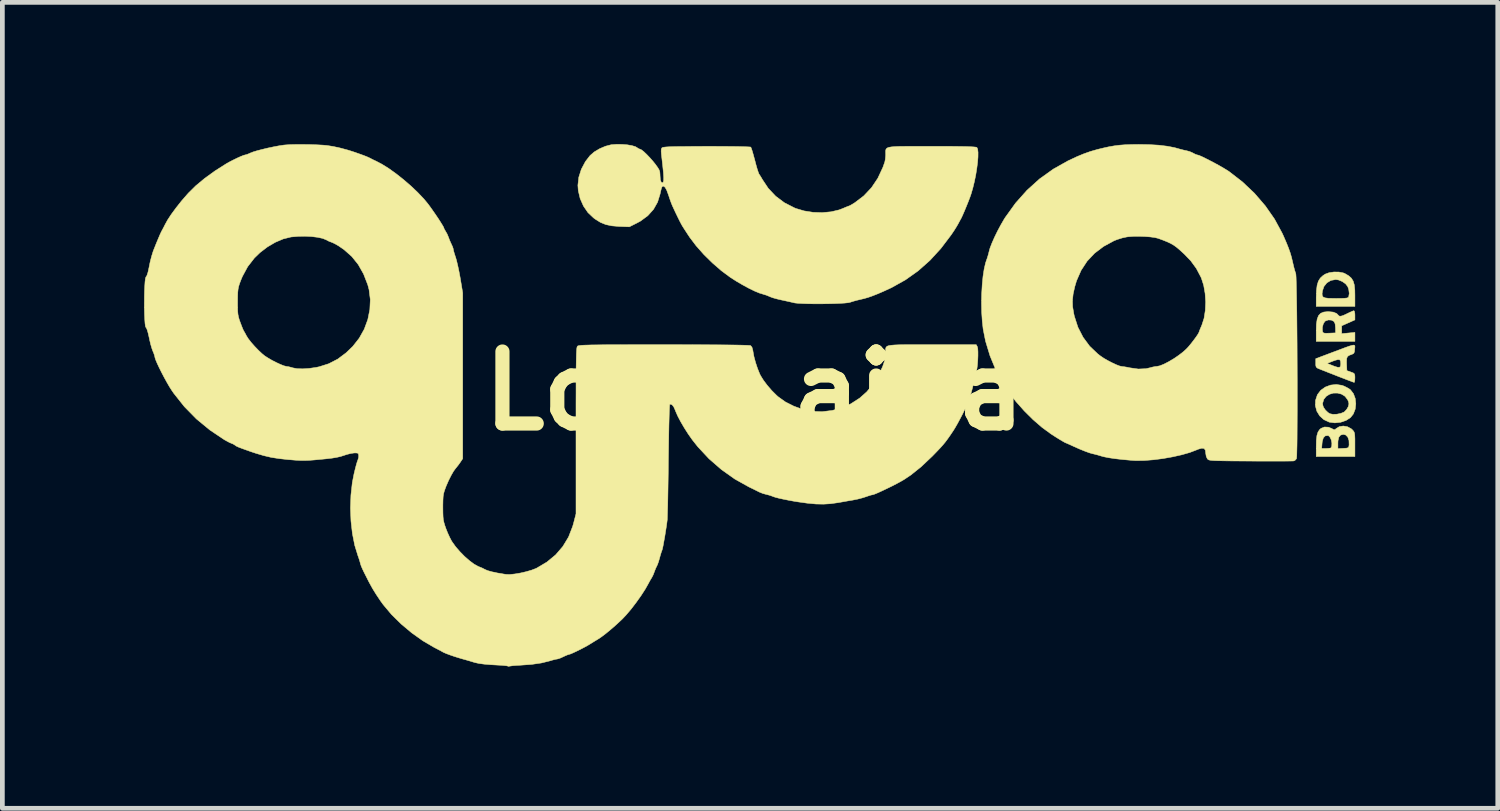
<source format=kicad_pcb>
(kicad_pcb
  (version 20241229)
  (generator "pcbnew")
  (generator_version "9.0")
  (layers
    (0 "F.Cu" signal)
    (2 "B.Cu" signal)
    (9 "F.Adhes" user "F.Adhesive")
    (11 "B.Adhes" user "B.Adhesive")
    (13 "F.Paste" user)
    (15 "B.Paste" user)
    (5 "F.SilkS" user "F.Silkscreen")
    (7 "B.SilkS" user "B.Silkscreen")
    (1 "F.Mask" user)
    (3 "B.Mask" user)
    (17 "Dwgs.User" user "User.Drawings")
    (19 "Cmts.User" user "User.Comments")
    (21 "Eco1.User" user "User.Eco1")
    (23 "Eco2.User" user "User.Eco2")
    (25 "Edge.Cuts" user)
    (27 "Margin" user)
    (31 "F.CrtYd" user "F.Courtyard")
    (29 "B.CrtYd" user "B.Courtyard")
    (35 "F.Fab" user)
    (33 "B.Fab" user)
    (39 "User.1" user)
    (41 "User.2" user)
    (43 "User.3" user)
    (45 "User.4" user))
  (footprint "Logo ajua"
    (layer "F.Cu")
    (at 12.919 5.225)
    (property "Reference" "Logo ajua" (at 0 0 0) (layer "F.SilkS") (effects (font (size 1.524 1.524) (thickness 0.3))))
    (attr through_hole)
    (fp_poly (pts (xy 12.37 -2.517) (xy 12.463 -2.499) (xy 12.496 -2.486) (xy 12.576 -2.439) (xy 12.634 -2.388) (xy 12.673 -2.326) (xy 12.697 -2.244) (xy 12.708 -2.136) (xy 12.71 -2.024) (xy 12.71 -1.789) (xy 11.891 -1.789) (xy 11.891 -1.978) (xy 11.894 -2.058) (xy 12.015 -2.058) (xy 12.019 -2.015) (xy 12.039 -1.987) (xy 12.081 -1.97) (xy 12.15 -1.961) (xy 12.252 -1.959) (xy 12.309 -1.958) (xy 12.417 -1.959) (xy 12.492 -1.962) (xy 12.539 -1.967) (xy 12.565 -1.976) (xy 12.577 -1.989) (xy 12.578 -1.99) (xy 12.59 -2.065) (xy 12.579 -2.151) (xy 12.558 -2.209) (xy 12.513 -2.267) (xy 12.442 -2.317) (xy 12.361 -2.35) (xy 12.303 -2.358) (xy 12.202 -2.34) (xy 12.116 -2.288) (xy 12.054 -2.21) (xy 12.023 -2.118) (xy 12.015 -2.058) (xy 11.894 -2.058) (xy 11.896 -2.124) (xy 11.91 -2.236) (xy 11.936 -2.322) (xy 11.977 -2.389) (xy 12.035 -2.442) (xy 12.082 -2.473) (xy 12.164 -2.503) (xy 12.265 -2.518) (xy 12.37 -2.517)) (stroke (width 0.01) (type solid)) (fill yes) (layer "F.SilkS"))
    (fp_poly (pts (xy 12.701 -1.681) (xy 12.709 -1.635) (xy 12.71 -1.601) (xy 12.71 -1.504) (xy 12.43 -1.379) (xy 12.43 -1.213) (xy 12.57 -1.226) (xy 12.71 -1.239) (xy 12.71 -1.049) (xy 11.891 -1.049) (xy 11.891 -1.275) (xy 11.891 -1.278) (xy 12.021 -1.278) (xy 12.025 -1.26) (xy 12.034 -1.237) (xy 12.055 -1.225) (xy 12.095 -1.221) (xy 12.166 -1.223) (xy 12.168 -1.223) (xy 12.3 -1.229) (xy 12.299 -1.334) (xy 12.291 -1.421) (xy 12.266 -1.472) (xy 12.265 -1.472) (xy 12.213 -1.499) (xy 12.148 -1.503) (xy 12.088 -1.482) (xy 12.073 -1.471) (xy 12.041 -1.421) (xy 12.022 -1.35) (xy 12.021 -1.278) (xy 11.891 -1.278) (xy 11.895 -1.415) (xy 11.911 -1.52) (xy 11.94 -1.595) (xy 11.985 -1.643) (xy 12.05 -1.67) (xy 12.136 -1.679) (xy 12.146 -1.679) (xy 12.251 -1.669) (xy 12.324 -1.639) (xy 12.356 -1.606) (xy 12.378 -1.585) (xy 12.411 -1.582) (xy 12.464 -1.598) (xy 12.543 -1.635) (xy 12.55 -1.639) (xy 12.614 -1.669) (xy 12.664 -1.691) (xy 12.689 -1.699) (xy 12.701 -1.681)) (stroke (width 0.01) (type solid)) (fill yes) (layer "F.SilkS"))
    (fp_poly (pts (xy 12.435 -0.119) (xy 12.481 -0.102) (xy 12.545 -0.07) (xy 12.598 -0.038) (xy 12.616 -0.024) (xy 12.679 0.058) (xy 12.717 0.16) (xy 12.729 0.273) (xy 12.716 0.385) (xy 12.677 0.487) (xy 12.617 0.563) (xy 12.523 0.624) (xy 12.408 0.663) (xy 12.286 0.676) (xy 12.17 0.661) (xy 12.163 0.659) (xy 12.052 0.607) (xy 11.965 0.528) (xy 11.904 0.429) (xy 11.874 0.317) (xy 11.874 0.287) (xy 12.026 0.287) (xy 12.044 0.344) (xy 12.086 0.405) (xy 12.142 0.458) (xy 12.18 0.482) (xy 12.245 0.495) (xy 12.329 0.492) (xy 12.412 0.475) (xy 12.48 0.447) (xy 12.486 0.443) (xy 12.534 0.393) (xy 12.569 0.333) (xy 12.57 0.329) (xy 12.583 0.275) (xy 12.575 0.229) (xy 12.556 0.186) (xy 12.5 0.113) (xy 12.426 0.067) (xy 12.341 0.045) (xy 12.254 0.046) (xy 12.172 0.07) (xy 12.102 0.114) (xy 12.051 0.178) (xy 12.027 0.259) (xy 12.026 0.287) (xy 11.874 0.287) (xy 11.876 0.2) (xy 11.914 0.085) (xy 11.917 0.078) (xy 11.987 -0.014) (xy 12.083 -0.082) (xy 12.195 -0.124) (xy 12.315 -0.137) (xy 12.435 -0.119)) (stroke (width 0.01) (type solid)) (fill yes) (layer "F.SilkS"))
    (fp_poly (pts (xy 12.7 -0.967) (xy 12.709 -0.953) (xy 12.71 -0.93) (xy 12.707 -0.898) (xy 12.706 -0.888) (xy 12.7 -0.829) (xy 12.686 -0.797) (xy 12.656 -0.779) (xy 12.64 -0.773) (xy 12.585 -0.752) (xy 12.552 -0.727) (xy 12.536 -0.687) (xy 12.533 -0.622) (xy 12.534 -0.571) (xy 12.54 -0.43) (xy 12.625 -0.4) (xy 12.676 -0.381) (xy 12.701 -0.359) (xy 12.709 -0.321) (xy 12.71 -0.275) (xy 12.707 -0.22) (xy 12.7 -0.186) (xy 12.695 -0.181) (xy 12.672 -0.188) (xy 12.619 -0.208) (xy 12.541 -0.237) (xy 12.446 -0.274) (xy 12.37 -0.303) (xy 12.259 -0.347) (xy 12.153 -0.388) (xy 12.063 -0.424) (xy 11.996 -0.45) (xy 11.971 -0.46) (xy 11.917 -0.483) (xy 11.89 -0.507) (xy 11.881 -0.544) (xy 11.881 -0.584) (xy 12.12 -0.584) (xy 12.18 -0.56) (xy 12.276 -0.522) (xy 12.34 -0.502) (xy 12.38 -0.499) (xy 12.401 -0.515) (xy 12.409 -0.548) (xy 12.41 -0.58) (xy 12.405 -0.633) (xy 12.388 -0.66) (xy 12.35 -0.664) (xy 12.287 -0.647) (xy 12.249 -0.633) (xy 12.12 -0.584) (xy 11.881 -0.584) (xy 11.881 -0.589) (xy 11.881 -0.683) (xy 12.25 -0.822) (xy 12.394 -0.876) (xy 12.505 -0.918) (xy 12.587 -0.947) (xy 12.644 -0.964) (xy 12.68 -0.971) (xy 12.7 -0.967)) (stroke (width 0.01) (type solid)) (fill yes) (layer "F.SilkS"))
    (fp_poly (pts (xy 12.551 0.757) (xy 12.63 0.799) (xy 12.653 0.819) (xy 12.676 0.844) (xy 12.692 0.868) (xy 12.702 0.898) (xy 12.707 0.944) (xy 12.71 1.013) (xy 12.71 1.112) (xy 12.71 1.133) (xy 12.71 1.389) (xy 11.891 1.389) (xy 11.891 1.219) (xy 12.006 1.219) (xy 12.106 1.219) (xy 12.167 1.217) (xy 12.198 1.208) (xy 12.214 1.186) (xy 12.22 1.163) (xy 12.222 1.103) (xy 12.35 1.103) (xy 12.35 1.221) (xy 12.465 1.215) (xy 12.53 1.211) (xy 12.565 1.202) (xy 12.58 1.183) (xy 12.586 1.148) (xy 12.587 1.141) (xy 12.584 1.048) (xy 12.559 0.977) (xy 12.515 0.932) (xy 12.465 0.919) (xy 12.407 0.934) (xy 12.37 0.978) (xy 12.352 1.056) (xy 12.35 1.103) (xy 12.222 1.103) (xy 12.222 1.101) (xy 12.209 1.035) (xy 12.183 0.98) (xy 12.151 0.947) (xy 12.14 0.944) (xy 12.082 0.951) (xy 12.042 0.992) (xy 12.019 1.069) (xy 12.015 1.106) (xy 12.006 1.219) (xy 11.891 1.219) (xy 11.891 1.173) (xy 11.894 1.041) (xy 11.906 0.942) (xy 11.929 0.869) (xy 11.963 0.818) (xy 11.993 0.792) (xy 12.066 0.763) (xy 12.15 0.767) (xy 12.219 0.795) (xy 12.261 0.818) (xy 12.286 0.819) (xy 12.312 0.798) (xy 12.314 0.796) (xy 12.381 0.755) (xy 12.464 0.742) (xy 12.551 0.757)) (stroke (width 0.01) (type solid)) (fill yes) (layer "F.SilkS"))
    (fp_poly (pts (xy -2.804 -5.219) (xy -2.692 -5.21) (xy -2.594 -5.193) (xy -2.52 -5.171) (xy -2.494 -5.156) (xy -2.451 -5.128) (xy -2.419 -5.116) (xy -2.418 -5.116) (xy -2.389 -5.102) (xy -2.34 -5.063) (xy -2.28 -5.006) (xy -2.214 -4.937) (xy -2.149 -4.863) (xy -2.096 -4.797) (xy -2.047 -4.729) (xy -2.017 -4.679) (xy -2.003 -4.635) (xy -1.999 -4.582) (xy -1.998 -4.555) (xy -1.992 -4.469) (xy -1.974 -4.422) (xy -1.969 -4.417) (xy -1.946 -4.406) (xy -1.931 -4.418) (xy -1.922 -4.456) (xy -1.921 -4.522) (xy -1.927 -4.62) (xy -1.94 -4.752) (xy -1.958 -4.913) (xy -1.969 -5.009) (xy -1.974 -5.073) (xy -1.972 -5.113) (xy -1.963 -5.138) (xy -1.956 -5.147) (xy -1.943 -5.154) (xy -1.917 -5.159) (xy -1.874 -5.164) (xy -1.811 -5.168) (xy -1.726 -5.171) (xy -1.614 -5.173) (xy -1.473 -5.174) (xy -1.299 -5.176) (xy -1.09 -5.177) (xy -1.012 -5.177) (xy -0.819 -5.177) (xy -0.641 -5.176) (xy -0.48 -5.175) (xy -0.341 -5.173) (xy -0.227 -5.17) (xy -0.143 -5.167) (xy -0.091 -5.164) (xy -0.077 -5.161) (xy -0.066 -5.136) (xy -0.047 -5.08) (xy -0.024 -5) (xy 0.002 -4.905) (xy 0.009 -4.879) (xy 0.035 -4.78) (xy 0.06 -4.693) (xy 0.082 -4.627) (xy 0.097 -4.59) (xy 0.1 -4.587) (xy 0.123 -4.552) (xy 0.155 -4.499) (xy 0.166 -4.479) (xy 0.293 -4.288) (xy 0.45 -4.122) (xy 0.634 -3.984) (xy 0.843 -3.877) (xy 0.876 -3.863) (xy 1.051 -3.811) (xy 1.241 -3.781) (xy 1.434 -3.775) (xy 1.621 -3.792) (xy 1.791 -3.832) (xy 1.862 -3.859) (xy 1.928 -3.887) (xy 1.98 -3.908) (xy 2.006 -3.917) (xy 2.006 -3.917) (xy 2.028 -3.927) (xy 2.073 -3.953) (xy 2.125 -3.985) (xy 2.315 -4.13) (xy 2.478 -4.303) (xy 2.612 -4.503) (xy 2.719 -4.733) (xy 2.759 -4.846) (xy 2.77 -4.903) (xy 2.777 -4.976) (xy 2.778 -5.007) (xy 2.777 -5.046) (xy 2.777 -5.079) (xy 2.781 -5.106) (xy 2.792 -5.127) (xy 2.813 -5.144) (xy 2.848 -5.157) (xy 2.901 -5.166) (xy 2.973 -5.172) (xy 3.069 -5.176) (xy 3.192 -5.177) (xy 3.346 -5.178) (xy 3.532 -5.178) (xy 3.754 -5.178) (xy 3.99 -5.178) (xy 4.187 -5.177) (xy 4.35 -5.175) (xy 4.479 -5.173) (xy 4.577 -5.169) (xy 4.646 -5.165) (xy 4.689 -5.16) (xy 4.708 -5.155) (xy 4.725 -5.118) (xy 4.733 -5.048) (xy 4.732 -4.952) (xy 4.723 -4.837) (xy 4.706 -4.707) (xy 4.684 -4.569) (xy 4.655 -4.429) (xy 4.622 -4.294) (xy 4.586 -4.17) (xy 4.564 -4.107) (xy 4.526 -4.007) (xy 4.484 -3.903) (xy 4.443 -3.804) (xy 4.407 -3.721) (xy 4.379 -3.661) (xy 4.371 -3.647) (xy 4.348 -3.605) (xy 4.317 -3.547) (xy 4.305 -3.525) (xy 4.272 -3.469) (xy 4.225 -3.394) (xy 4.173 -3.317) (xy 4.165 -3.305) (xy 3.947 -3.017) (xy 3.715 -2.764) (xy 3.467 -2.544) (xy 3.197 -2.352) (xy 2.902 -2.187) (xy 2.726 -2.106) (xy 2.597 -2.051) (xy 2.493 -2.01) (xy 2.404 -1.979) (xy 2.32 -1.955) (xy 2.248 -1.938) (xy 2.164 -1.918) (xy 2.088 -1.897) (xy 2.035 -1.88) (xy 2.028 -1.877) (xy 1.986 -1.868) (xy 1.91 -1.86) (xy 1.808 -1.854) (xy 1.687 -1.849) (xy 1.552 -1.846) (xy 1.412 -1.844) (xy 1.272 -1.844) (xy 1.14 -1.846) (xy 1.023 -1.85) (xy 0.926 -1.855) (xy 0.857 -1.862) (xy 0.839 -1.866) (xy 0.766 -1.883) (xy 0.671 -1.904) (xy 0.575 -1.925) (xy 0.56 -1.928) (xy 0.472 -1.949) (xy 0.39 -1.972) (xy 0.33 -1.994) (xy 0.32 -1.999) (xy 0.252 -2.027) (xy 0.183 -2.048) (xy 0.18 -2.049) (xy 0.102 -2.073) (xy -0.001 -2.116) (xy -0.121 -2.175) (xy -0.25 -2.245) (xy -0.382 -2.322) (xy -0.508 -2.403) (xy -0.51 -2.404) (xy -0.699 -2.544) (xy -0.888 -2.708) (xy -1.069 -2.886) (xy -1.232 -3.07) (xy -1.37 -3.252) (xy -1.4 -3.297) (xy -1.446 -3.368) (xy -1.487 -3.431) (xy -1.515 -3.475) (xy -1.517 -3.477) (xy -1.542 -3.52) (xy -1.579 -3.59) (xy -1.623 -3.679) (xy -1.671 -3.778) (xy -1.717 -3.877) (xy -1.74 -3.927) (xy -1.764 -3.987) (xy -1.793 -4.068) (xy -1.821 -4.153) (xy -1.822 -4.155) (xy -1.856 -4.247) (xy -1.89 -4.308) (xy -1.923 -4.336) (xy -1.951 -4.327) (xy -1.957 -4.319) (xy -1.97 -4.285) (xy -1.985 -4.226) (xy -1.997 -4.169) (xy -2.05 -3.997) (xy -2.137 -3.843) (xy -2.258 -3.709) (xy -2.411 -3.596) (xy -2.485 -3.556) (xy -2.648 -3.474) (xy -2.868 -3.482) (xy -3.02 -3.495) (xy -3.147 -3.522) (xy -3.26 -3.568) (xy -3.372 -3.638) (xy -3.404 -3.662) (xy -3.523 -3.774) (xy -3.619 -3.914) (xy -3.689 -4.072) (xy -3.729 -4.24) (xy -3.737 -4.353) (xy -3.718 -4.523) (xy -3.664 -4.693) (xy -3.578 -4.855) (xy -3.479 -4.983) (xy -3.391 -5.059) (xy -3.277 -5.127) (xy -3.153 -5.18) (xy -3.034 -5.211) (xy -3.027 -5.212) (xy -2.919 -5.22) (xy -2.804 -5.219)) (stroke (width 0.01) (type solid)) (fill yes) (layer "F.SilkS"))
    (fp_poly (pts (xy 8.355 -5.214) (xy 8.559 -5.202) (xy 8.739 -5.18) (xy 8.889 -5.151) (xy 8.933 -5.139) (xy 9.014 -5.116) (xy 9.093 -5.096) (xy 9.143 -5.086) (xy 9.213 -5.067) (xy 9.279 -5.038) (xy 9.285 -5.034) (xy 9.334 -5.009) (xy 9.372 -4.996) (xy 9.375 -4.996) (xy 9.408 -4.987) (xy 9.469 -4.961) (xy 9.549 -4.922) (xy 9.643 -4.874) (xy 9.744 -4.821) (xy 9.843 -4.767) (xy 9.934 -4.714) (xy 10.01 -4.668) (xy 10.045 -4.645) (xy 10.328 -4.426) (xy 10.585 -4.183) (xy 10.813 -3.918) (xy 11.009 -3.637) (xy 11.169 -3.342) (xy 11.199 -3.277) (xy 11.26 -3.136) (xy 11.306 -3.021) (xy 11.341 -2.922) (xy 11.368 -2.829) (xy 11.391 -2.732) (xy 11.394 -2.719) (xy 11.414 -2.633) (xy 11.434 -2.557) (xy 11.451 -2.504) (xy 11.457 -2.489) (xy 11.461 -2.463) (xy 11.465 -2.4) (xy 11.468 -2.304) (xy 11.471 -2.178) (xy 11.474 -2.026) (xy 11.477 -1.85) (xy 11.48 -1.654) (xy 11.482 -1.442) (xy 11.484 -1.218) (xy 11.486 -0.983) (xy 11.487 -0.742) (xy 11.488 -0.498) (xy 11.489 -0.254) (xy 11.489 -0.015) (xy 11.489 0.218) (xy 11.489 0.44) (xy 11.488 0.649) (xy 11.487 0.84) (xy 11.486 1.01) (xy 11.484 1.157) (xy 11.481 1.276) (xy 11.479 1.365) (xy 11.475 1.419) (xy 11.472 1.436) (xy 11.44 1.471) (xy 11.417 1.481) (xy 11.39 1.483) (xy 11.327 1.484) (xy 11.233 1.485) (xy 11.112 1.485) (xy 10.967 1.485) (xy 10.804 1.485) (xy 10.627 1.485) (xy 10.502 1.484) (xy 10.291 1.483) (xy 10.117 1.482) (xy 9.976 1.48) (xy 9.864 1.478) (xy 9.778 1.476) (xy 9.713 1.473) (xy 9.666 1.469) (xy 9.634 1.464) (xy 9.614 1.458) (xy 9.6 1.45) (xy 9.591 1.44) (xy 9.587 1.437) (xy 9.563 1.386) (xy 9.552 1.32) (xy 9.552 1.317) (xy 9.544 1.253) (xy 9.517 1.218) (xy 9.467 1.212) (xy 9.391 1.234) (xy 9.356 1.249) (xy 9.214 1.303) (xy 9.042 1.352) (xy 8.85 1.395) (xy 8.648 1.431) (xy 8.446 1.457) (xy 8.253 1.472) (xy 8.079 1.475) (xy 7.997 1.47) (xy 7.794 1.452) (xy 7.628 1.433) (xy 7.495 1.413) (xy 7.391 1.392) (xy 7.344 1.379) (xy 7.267 1.356) (xy 7.194 1.337) (xy 7.154 1.328) (xy 7.091 1.31) (xy 7 1.277) (xy 6.888 1.232) (xy 6.764 1.177) (xy 6.701 1.148) (xy 6.643 1.122) (xy 6.602 1.104) (xy 6.588 1.099) (xy 6.567 1.089) (xy 6.52 1.062) (xy 6.456 1.024) (xy 6.382 0.978) (xy 6.306 0.929) (xy 6.275 0.909) (xy 6.089 0.773) (xy 5.898 0.608) (xy 5.711 0.422) (xy 5.535 0.224) (xy 5.38 0.023) (xy 5.266 -0.15) (xy 5.111 -0.44) (xy 4.986 -0.744) (xy 4.892 -1.053) (xy 4.841 -1.309) (xy 4.822 -1.479) (xy 4.81 -1.665) (xy 4.806 -1.86) (xy 4.807 -1.916) (xy 6.731 -1.916) (xy 6.735 -1.783) (xy 6.759 -1.639) (xy 6.771 -1.583) (xy 6.847 -1.348) (xy 6.956 -1.136) (xy 7.096 -0.947) (xy 7.269 -0.782) (xy 7.323 -0.741) (xy 7.395 -0.692) (xy 7.482 -0.642) (xy 7.573 -0.595) (xy 7.659 -0.555) (xy 7.73 -0.528) (xy 7.776 -0.518) (xy 7.821 -0.513) (xy 7.888 -0.502) (xy 7.944 -0.49) (xy 8.125 -0.464) (xy 8.286 -0.471) (xy 8.365 -0.489) (xy 8.433 -0.507) (xy 8.493 -0.518) (xy 8.514 -0.519) (xy 8.579 -0.532) (xy 8.667 -0.567) (xy 8.768 -0.619) (xy 8.876 -0.683) (xy 8.983 -0.756) (xy 9.081 -0.832) (xy 9.14 -0.886) (xy 9.187 -0.936) (xy 9.241 -1.001) (xy 9.296 -1.072) (xy 9.347 -1.141) (xy 9.387 -1.2) (xy 9.409 -1.241) (xy 9.413 -1.252) (xy 9.42 -1.274) (xy 9.44 -1.323) (xy 9.468 -1.388) (xy 9.471 -1.396) (xy 9.517 -1.538) (xy 9.543 -1.704) (xy 9.551 -1.883) (xy 9.539 -2.064) (xy 9.509 -2.236) (xy 9.46 -2.388) (xy 9.451 -2.408) (xy 9.354 -2.592) (xy 9.236 -2.754) (xy 9.097 -2.898) (xy 9.011 -2.977) (xy 8.941 -3.037) (xy 8.878 -3.083) (xy 8.813 -3.121) (xy 8.736 -3.157) (xy 8.638 -3.196) (xy 8.545 -3.23) (xy 8.477 -3.247) (xy 8.38 -3.26) (xy 8.265 -3.269) (xy 8.143 -3.273) (xy 8.024 -3.272) (xy 7.921 -3.265) (xy 7.882 -3.26) (xy 7.785 -3.239) (xy 7.68 -3.206) (xy 7.611 -3.179) (xy 7.39 -3.059) (xy 7.2 -2.915) (xy 7.041 -2.746) (xy 6.914 -2.552) (xy 6.818 -2.333) (xy 6.781 -2.21) (xy 6.746 -2.053) (xy 6.731 -1.916) (xy 4.807 -1.916) (xy 4.81 -2.056) (xy 4.821 -2.247) (xy 4.838 -2.423) (xy 4.862 -2.579) (xy 4.891 -2.705) (xy 4.905 -2.748) (xy 4.932 -2.825) (xy 4.954 -2.9) (xy 4.964 -2.942) (xy 4.986 -3.023) (xy 5.027 -3.129) (xy 5.081 -3.252) (xy 5.145 -3.383) (xy 5.215 -3.514) (xy 5.286 -3.637) (xy 5.309 -3.673) (xy 5.527 -3.976) (xy 5.769 -4.248) (xy 6.035 -4.488) (xy 6.326 -4.696) (xy 6.639 -4.872) (xy 6.655 -4.879) (xy 6.823 -4.958) (xy 6.97 -5.019) (xy 7.111 -5.069) (xy 7.257 -5.111) (xy 7.384 -5.142) (xy 7.507 -5.169) (xy 7.617 -5.188) (xy 7.726 -5.202) (xy 7.844 -5.211) (xy 7.982 -5.216) (xy 8.134 -5.218) (xy 8.355 -5.214)) (stroke (width 0.01) (type solid)) (fill yes) (layer "F.SilkS"))
    (fp_poly (pts (xy -9.403 -5.215) (xy -9.258 -5.21) (xy -9.131 -5.203) (xy -9.052 -5.196) (xy -8.918 -5.175) (xy -8.763 -5.141) (xy -8.603 -5.098) (xy -8.493 -5.063) (xy -8.366 -5.019) (xy -8.272 -4.985) (xy -8.203 -4.958) (xy -8.155 -4.936) (xy -8.138 -4.928) (xy -8.081 -4.898) (xy -8.017 -4.868) (xy -8.014 -4.867) (xy -7.886 -4.8) (xy -7.74 -4.709) (xy -7.584 -4.597) (xy -7.425 -4.471) (xy -7.27 -4.337) (xy -7.126 -4.2) (xy -6.999 -4.066) (xy -6.918 -3.969) (xy -6.867 -3.901) (xy -6.81 -3.82) (xy -6.75 -3.734) (xy -6.692 -3.648) (xy -6.642 -3.57) (xy -6.603 -3.507) (xy -6.579 -3.465) (xy -6.575 -3.452) (xy -6.564 -3.424) (xy -6.539 -3.382) (xy -6.538 -3.38) (xy -6.505 -3.323) (xy -6.478 -3.258) (xy -6.477 -3.256) (xy -6.452 -3.189) (xy -6.42 -3.118) (xy -6.415 -3.107) (xy -6.39 -3.053) (xy -6.376 -3.01) (xy -6.375 -3.002) (xy -6.369 -2.97) (xy -6.353 -2.913) (xy -6.33 -2.841) (xy -6.326 -2.831) (xy -6.305 -2.759) (xy -6.281 -2.658) (xy -6.256 -2.542) (xy -6.233 -2.42) (xy -6.226 -2.381) (xy -6.175 -2.075) (xy -6.175 1.433) (xy -6.227 1.511) (xy -6.27 1.571) (xy -6.314 1.626) (xy -6.325 1.639) (xy -6.369 1.699) (xy -6.42 1.788) (xy -6.474 1.895) (xy -6.525 2.012) (xy -6.544 2.062) (xy -6.565 2.122) (xy -6.58 2.177) (xy -6.589 2.237) (xy -6.593 2.313) (xy -6.595 2.414) (xy -6.595 2.464) (xy -6.594 2.577) (xy -6.591 2.66) (xy -6.585 2.726) (xy -6.572 2.784) (xy -6.553 2.848) (xy -6.531 2.911) (xy -6.494 3.004) (xy -6.451 3.098) (xy -6.411 3.175) (xy -6.4 3.192) (xy -6.326 3.296) (xy -6.235 3.401) (xy -6.135 3.503) (xy -6.032 3.593) (xy -5.934 3.666) (xy -5.847 3.714) (xy -5.815 3.727) (xy -5.763 3.748) (xy -5.705 3.778) (xy -5.703 3.779) (xy -5.647 3.803) (xy -5.557 3.828) (xy -5.441 3.853) (xy -5.305 3.876) (xy -5.256 3.883) (xy -5.177 3.885) (xy -5.073 3.874) (xy -4.954 3.854) (xy -4.832 3.826) (xy -4.718 3.793) (xy -4.624 3.757) (xy -4.606 3.748) (xy -4.392 3.621) (xy -4.208 3.469) (xy -4.056 3.292) (xy -3.935 3.092) (xy -3.848 2.868) (xy -3.829 2.802) (xy -3.777 2.601) (xy -3.777 0.842) (xy -3.777 0.534) (xy -3.777 0.264) (xy -3.776 0.029) (xy -3.776 -0.174) (xy -3.775 -0.346) (xy -3.774 -0.491) (xy -3.772 -0.611) (xy -3.77 -0.707) (xy -3.768 -0.783) (xy -3.765 -0.842) (xy -3.762 -0.885) (xy -3.758 -0.915) (xy -3.753 -0.934) (xy -3.748 -0.945) (xy -3.746 -0.948) (xy -3.737 -0.953) (xy -3.721 -0.958) (xy -3.696 -0.962) (xy -3.659 -0.966) (xy -3.608 -0.969) (xy -3.54 -0.971) (xy -3.452 -0.974) (xy -3.343 -0.975) (xy -3.21 -0.977) (xy -3.051 -0.978) (xy -2.862 -0.978) (xy -2.642 -0.979) (xy -2.389 -0.979) (xy -2.099 -0.979) (xy -1.916 -0.979) (xy -1.583 -0.979) (xy -1.281 -0.978) (xy -1.01 -0.977) (xy -0.771 -0.976) (xy -0.566 -0.974) (xy -0.395 -0.972) (xy -0.26 -0.969) (xy -0.162 -0.966) (xy -0.101 -0.963) (xy -0.081 -0.96) (xy -0.052 -0.925) (xy -0.033 -0.856) (xy -0.03 -0.835) (xy -0.01 -0.726) (xy 0.024 -0.6) (xy 0.066 -0.474) (xy 0.111 -0.362) (xy 0.13 -0.324) (xy 0.19 -0.227) (xy 0.272 -0.118) (xy 0.366 -0.009) (xy 0.463 0.088) (xy 0.502 0.123) (xy 0.656 0.233) (xy 0.835 0.323) (xy 1.024 0.391) (xy 1.222 0.432) (xy 1.432 0.439) (xy 1.645 0.413) (xy 1.852 0.357) (xy 2.045 0.27) (xy 2.048 0.267) (xy 2.227 0.152) (xy 2.378 0.018) (xy 2.508 -0.139) (xy 2.623 -0.327) (xy 2.651 -0.38) (xy 2.714 -0.518) (xy 2.754 -0.636) (xy 2.774 -0.746) (xy 2.777 -0.816) (xy 2.777 -0.853) (xy 2.776 -0.884) (xy 2.78 -0.91) (xy 2.79 -0.93) (xy 2.81 -0.947) (xy 2.844 -0.959) (xy 2.895 -0.967) (xy 2.965 -0.973) (xy 3.059 -0.977) (xy 3.18 -0.979) (xy 3.33 -0.979) (xy 3.513 -0.979) (xy 3.733 -0.979) (xy 3.757 -0.979) (xy 4.695 -0.979) (xy 4.718 -0.936) (xy 4.727 -0.897) (xy 4.731 -0.829) (xy 4.731 -0.742) (xy 4.727 -0.647) (xy 4.72 -0.553) (xy 4.71 -0.472) (xy 4.697 -0.414) (xy 4.694 -0.404) (xy 4.682 -0.363) (xy 4.665 -0.293) (xy 4.647 -0.208) (xy 4.637 -0.161) (xy 4.616 -0.066) (xy 4.591 0.025) (xy 4.568 0.098) (xy 4.559 0.12) (xy 4.534 0.179) (xy 4.519 0.226) (xy 4.517 0.24) (xy 4.507 0.271) (xy 4.482 0.33) (xy 4.445 0.408) (xy 4.4 0.499) (xy 4.35 0.594) (xy 4.3 0.687) (xy 4.253 0.769) (xy 4.214 0.833) (xy 4.21 0.839) (xy 4.145 0.936) (xy 4.091 1.013) (xy 4.042 1.079) (xy 3.991 1.141) (xy 3.932 1.207) (xy 3.858 1.285) (xy 3.764 1.382) (xy 3.75 1.395) (xy 3.527 1.606) (xy 3.311 1.779) (xy 3.166 1.876) (xy 3.095 1.917) (xy 3.006 1.965) (xy 2.907 2.016) (xy 2.804 2.066) (xy 2.705 2.113) (xy 2.618 2.153) (xy 2.549 2.182) (xy 2.505 2.197) (xy 2.496 2.198) (xy 2.463 2.205) (xy 2.407 2.223) (xy 2.358 2.24) (xy 2.282 2.264) (xy 2.187 2.289) (xy 2.092 2.308) (xy 2.089 2.309) (xy 1.986 2.326) (xy 1.869 2.347) (xy 1.762 2.366) (xy 1.759 2.366) (xy 1.611 2.387) (xy 1.462 2.396) (xy 1.301 2.393) (xy 1.121 2.376) (xy 0.914 2.347) (xy 0.852 2.337) (xy 0.73 2.315) (xy 0.616 2.292) (xy 0.519 2.271) (xy 0.446 2.252) (xy 0.409 2.24) (xy 0.337 2.213) (xy 0.262 2.192) (xy 0.25 2.19) (xy 0.177 2.17) (xy 0.105 2.141) (xy 0.101 2.139) (xy 0.049 2.113) (xy -0.025 2.076) (xy -0.106 2.037) (xy -0.12 2.03) (xy -0.417 1.864) (xy -0.7 1.663) (xy -0.963 1.434) (xy -1.199 1.181) (xy -1.313 1.037) (xy -1.4 0.914) (xy -1.484 0.782) (xy -1.561 0.651) (xy -1.625 0.529) (xy -1.67 0.426) (xy -1.679 0.402) (xy -1.708 0.337) (xy -1.742 0.294) (xy -1.775 0.279) (xy -1.793 0.287) (xy -1.796 0.309) (xy -1.799 0.368) (xy -1.803 0.46) (xy -1.806 0.581) (xy -1.81 0.727) (xy -1.813 0.896) (xy -1.816 1.084) (xy -1.819 1.286) (xy -1.822 1.475) (xy -1.824 1.692) (xy -1.827 1.898) (xy -1.83 2.091) (xy -1.833 2.267) (xy -1.836 2.422) (xy -1.84 2.551) (xy -1.843 2.652) (xy -1.845 2.72) (xy -1.848 2.748) (xy -1.862 2.854) (xy -1.88 2.968) (xy -1.898 3.081) (xy -1.917 3.186) (xy -1.933 3.275) (xy -1.947 3.341) (xy -1.957 3.375) (xy -1.958 3.376) (xy -1.971 3.411) (xy -1.99 3.472) (xy -2.008 3.538) (xy -2.029 3.611) (xy -2.051 3.673) (xy -2.067 3.707) (xy -2.089 3.752) (xy -2.113 3.813) (xy -2.118 3.827) (xy -2.143 3.892) (xy -2.172 3.949) (xy -2.177 3.957) (xy -2.209 4.01) (xy -2.242 4.071) (xy -2.245 4.077) (xy -2.312 4.196) (xy -2.4 4.332) (xy -2.501 4.474) (xy -2.607 4.613) (xy -2.712 4.737) (xy -2.806 4.837) (xy -2.81 4.84) (xy -2.926 4.948) (xy -3.042 5.049) (xy -3.151 5.139) (xy -3.247 5.211) (xy -3.323 5.261) (xy -3.327 5.263) (xy -3.38 5.295) (xy -3.446 5.336) (xy -3.477 5.355) (xy -3.533 5.389) (xy -3.607 5.429) (xy -3.689 5.472) (xy -3.771 5.512) (xy -3.844 5.546) (xy -3.898 5.569) (xy -3.925 5.576) (xy -3.954 5.585) (xy -4.005 5.606) (xy -4.047 5.626) (xy -4.108 5.654) (xy -4.159 5.671) (xy -4.18 5.675) (xy -4.215 5.681) (xy -4.275 5.697) (xy -4.34 5.716) (xy -4.51 5.758) (xy -4.715 5.788) (xy -4.951 5.805) (xy -5.037 5.81) (xy -5.11 5.815) (xy -5.16 5.822) (xy -5.172 5.824) (xy -5.208 5.829) (xy -5.221 5.824) (xy -5.245 5.818) (xy -5.299 5.812) (xy -5.372 5.806) (xy -5.399 5.805) (xy -5.577 5.795) (xy -5.719 5.783) (xy -5.832 5.768) (xy -5.921 5.748) (xy -5.944 5.741) (xy -6.019 5.718) (xy -6.109 5.692) (xy -6.174 5.674) (xy -6.259 5.649) (xy -6.352 5.62) (xy -6.442 5.589) (xy -6.52 5.56) (xy -6.574 5.537) (xy -6.59 5.529) (xy -6.618 5.513) (xy -6.672 5.484) (xy -6.743 5.447) (xy -6.78 5.428) (xy -7.019 5.288) (xy -7.255 5.12) (xy -7.478 4.933) (xy -7.681 4.733) (xy -7.855 4.526) (xy -7.914 4.445) (xy -8.008 4.304) (xy -8.084 4.181) (xy -8.149 4.063) (xy -8.163 4.037) (xy -8.223 3.918) (xy -8.268 3.829) (xy -8.299 3.763) (xy -8.32 3.715) (xy -8.333 3.679) (xy -8.342 3.648) (xy -8.342 3.647) (xy -8.357 3.593) (xy -8.38 3.522) (xy -8.393 3.487) (xy -8.461 3.266) (xy -8.51 3.018) (xy -8.54 2.753) (xy -8.551 2.479) (xy -8.541 2.205) (xy -8.512 1.941) (xy -8.476 1.757) (xy -8.452 1.658) (xy -8.429 1.569) (xy -8.409 1.501) (xy -8.395 1.463) (xy -8.394 1.461) (xy -8.378 1.407) (xy -8.377 1.363) (xy -8.384 1.33) (xy -8.403 1.315) (xy -8.444 1.312) (xy -8.475 1.313) (xy -8.543 1.323) (xy -8.627 1.344) (xy -8.694 1.366) (xy -8.76 1.387) (xy -8.839 1.405) (xy -8.939 1.422) (xy -9.067 1.437) (xy -9.183 1.448) (xy -9.32 1.461) (xy -9.43 1.469) (xy -9.524 1.472) (xy -9.615 1.471) (xy -9.713 1.466) (xy -9.832 1.456) (xy -9.872 1.453) (xy -10.062 1.432) (xy -10.228 1.406) (xy -10.386 1.369) (xy -10.552 1.32) (xy -10.652 1.287) (xy -10.768 1.246) (xy -10.853 1.215) (xy -10.912 1.193) (xy -10.95 1.176) (xy -10.975 1.163) (xy -10.99 1.151) (xy -11.035 1.123) (xy -11.068 1.11) (xy -11.111 1.092) (xy -11.171 1.06) (xy -11.218 1.034) (xy -11.527 0.827) (xy -11.811 0.593) (xy -12.066 0.333) (xy -12.29 0.051) (xy -12.338 -0.019) (xy -12.385 -0.093) (xy -12.438 -0.185) (xy -12.494 -0.287) (xy -12.549 -0.392) (xy -12.6 -0.494) (xy -12.642 -0.584) (xy -12.673 -0.657) (xy -12.689 -0.705) (xy -12.69 -0.714) (xy -12.699 -0.753) (xy -12.719 -0.81) (xy -12.732 -0.839) (xy -12.754 -0.899) (xy -12.779 -0.984) (xy -12.802 -1.08) (xy -12.812 -1.129) (xy -12.834 -1.225) (xy -12.855 -1.297) (xy -12.874 -1.338) (xy -12.881 -1.345) (xy -12.891 -1.37) (xy -12.899 -1.428) (xy -12.905 -1.513) (xy -12.91 -1.619) (xy -12.913 -1.738) (xy -12.914 -1.865) (xy -12.913 -1.889) (xy -10.94 -1.889) (xy -10.94 -1.774) (xy -10.938 -1.689) (xy -10.932 -1.624) (xy -10.921 -1.567) (xy -10.905 -1.51) (xy -10.883 -1.449) (xy -10.854 -1.373) (xy -10.829 -1.31) (xy -10.811 -1.272) (xy -10.807 -1.266) (xy -10.788 -1.234) (xy -10.761 -1.184) (xy -10.755 -1.171) (xy -10.716 -1.109) (xy -10.655 -1.03) (xy -10.579 -0.944) (xy -10.497 -0.859) (xy -10.418 -0.785) (xy -10.365 -0.742) (xy -10.295 -0.697) (xy -10.211 -0.648) (xy -10.121 -0.602) (xy -10.034 -0.562) (xy -9.961 -0.533) (xy -9.911 -0.52) (xy -9.905 -0.519) (xy -9.86 -0.513) (xy -9.798 -0.497) (xy -9.772 -0.489) (xy -9.681 -0.472) (xy -9.562 -0.468) (xy -9.425 -0.477) (xy -9.279 -0.498) (xy -9.213 -0.512) (xy -9.011 -0.576) (xy -8.821 -0.674) (xy -8.642 -0.808) (xy -8.502 -0.943) (xy -8.366 -1.116) (xy -8.259 -1.307) (xy -8.184 -1.511) (xy -8.141 -1.723) (xy -8.131 -1.935) (xy -8.157 -2.143) (xy -8.185 -2.248) (xy -8.274 -2.477) (xy -8.386 -2.675) (xy -8.522 -2.845) (xy -8.687 -2.991) (xy -8.803 -3.071) (xy -8.867 -3.108) (xy -8.925 -3.137) (xy -8.953 -3.148) (xy -9.006 -3.168) (xy -9.063 -3.198) (xy -9.139 -3.229) (xy -9.245 -3.252) (xy -9.374 -3.268) (xy -9.514 -3.275) (xy -9.659 -3.272) (xy -9.799 -3.26) (xy -9.813 -3.258) (xy -9.974 -3.218) (xy -10.141 -3.147) (xy -10.308 -3.049) (xy -10.465 -2.929) (xy -10.584 -2.814) (xy -10.726 -2.631) (xy -10.839 -2.422) (xy -10.874 -2.338) (xy -10.9 -2.268) (xy -10.918 -2.21) (xy -10.929 -2.154) (xy -10.936 -2.09) (xy -10.939 -2.007) (xy -10.94 -1.894) (xy -10.94 -1.889) (xy -12.913 -1.889) (xy -12.913 -1.992) (xy -12.91 -2.114) (xy -12.905 -2.223) (xy -12.899 -2.313) (xy -12.891 -2.378) (xy -12.881 -2.411) (xy -12.879 -2.413) (xy -12.859 -2.444) (xy -12.837 -2.512) (xy -12.814 -2.616) (xy -12.81 -2.639) (xy -12.788 -2.744) (xy -12.76 -2.85) (xy -12.732 -2.942) (xy -12.719 -2.978) (xy -12.662 -3.121) (xy -12.616 -3.231) (xy -12.581 -3.313) (xy -12.555 -3.369) (xy -12.54 -3.397) (xy -12.511 -3.451) (xy -12.48 -3.512) (xy -12.479 -3.514) (xy -12.423 -3.617) (xy -12.343 -3.739) (xy -12.243 -3.875) (xy -12.129 -4.019) (xy -12.005 -4.162) (xy -11.978 -4.192) (xy -11.824 -4.344) (xy -11.635 -4.501) (xy -11.418 -4.658) (xy -11.177 -4.811) (xy -11.111 -4.848) (xy -11.033 -4.888) (xy -10.951 -4.928) (xy -10.876 -4.962) (xy -10.816 -4.986) (xy -10.781 -4.996) (xy -10.779 -4.996) (xy -10.744 -5.005) (xy -10.691 -5.026) (xy -10.676 -5.034) (xy -10.618 -5.057) (xy -10.53 -5.084) (xy -10.422 -5.112) (xy -10.302 -5.141) (xy -10.179 -5.167) (xy -10.063 -5.189) (xy -9.964 -5.204) (xy -9.932 -5.207) (xy -9.831 -5.214) (xy -9.701 -5.217) (xy -9.554 -5.217) (xy -9.403 -5.215)) (stroke (width 0.01) (type solid)) (fill yes) (layer "F.SilkS")))
  (gr_rect
    (start -3 -3)
    (end 28.653 14.059)
    (stroke (width 0.1) (type default))
    (fill no)
    (layer "Edge.Cuts")))
</source>
